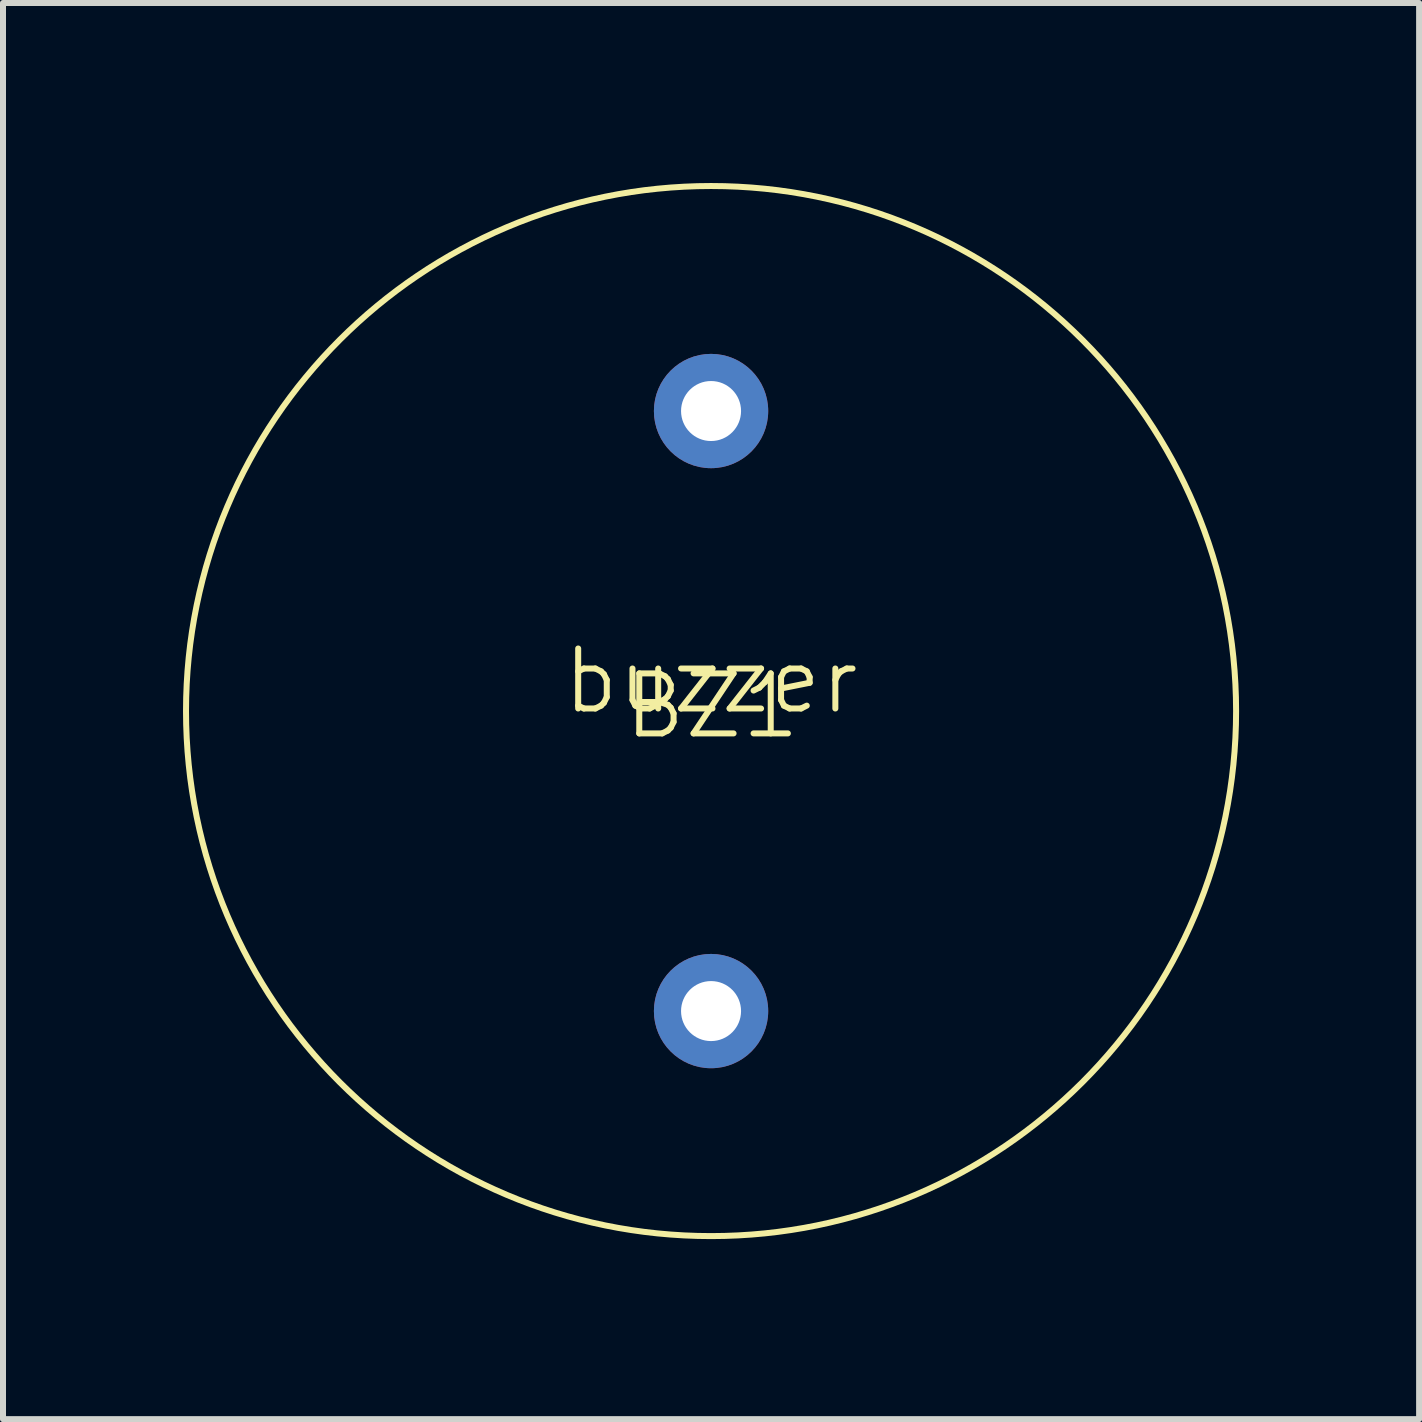
<source format=kicad_pcb>
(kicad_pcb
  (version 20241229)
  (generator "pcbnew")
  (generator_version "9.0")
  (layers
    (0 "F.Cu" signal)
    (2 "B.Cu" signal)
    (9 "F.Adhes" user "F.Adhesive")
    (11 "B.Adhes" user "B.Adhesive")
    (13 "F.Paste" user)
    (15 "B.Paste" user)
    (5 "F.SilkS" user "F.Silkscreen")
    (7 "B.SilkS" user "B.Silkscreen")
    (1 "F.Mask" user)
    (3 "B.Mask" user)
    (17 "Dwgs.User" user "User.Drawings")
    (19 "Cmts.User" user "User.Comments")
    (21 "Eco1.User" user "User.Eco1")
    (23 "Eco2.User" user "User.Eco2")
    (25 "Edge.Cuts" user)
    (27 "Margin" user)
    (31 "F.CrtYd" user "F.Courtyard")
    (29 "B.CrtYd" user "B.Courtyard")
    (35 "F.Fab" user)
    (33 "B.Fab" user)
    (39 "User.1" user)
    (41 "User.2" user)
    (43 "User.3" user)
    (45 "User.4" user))
  (footprint "buzzer"
    (layer "F.Cu")
    (at 8.8 8.8)
    (property "Reference" "buzzer" (at 0 -0.5 0) (unlocked yes) (layer "F.SilkS") (effects (font (size 1 1) (thickness 0.1))))
    (attr smd)
    (fp_circle (center 0 0) (end 8.75 0) (stroke (width 0.1) (type solid)) (fill no) (layer "F.SilkS"))
    (fp_text user "BZ1" (at -1.5 0.5 0) (unlocked yes) (layer "F.SilkS") (effects (font (size 1 1) (thickness 0.1)) (justify left bottom)))
    (pad "1" thru_hole circle (at 0 -5) (size 1.905 1.905) (drill 1) (layers "*.Cu" "*.Mask"))
    (pad "2" thru_hole circle (at 0 5) (size 1.905 1.905) (drill 1) (layers "*.Cu" "*.Mask")))
  (gr_rect
    (start -3 -3)
    (end 20.6 20.6)
    (stroke (width 0.1) (type default))
    (fill no)
    (layer "Edge.Cuts")))
</source>
